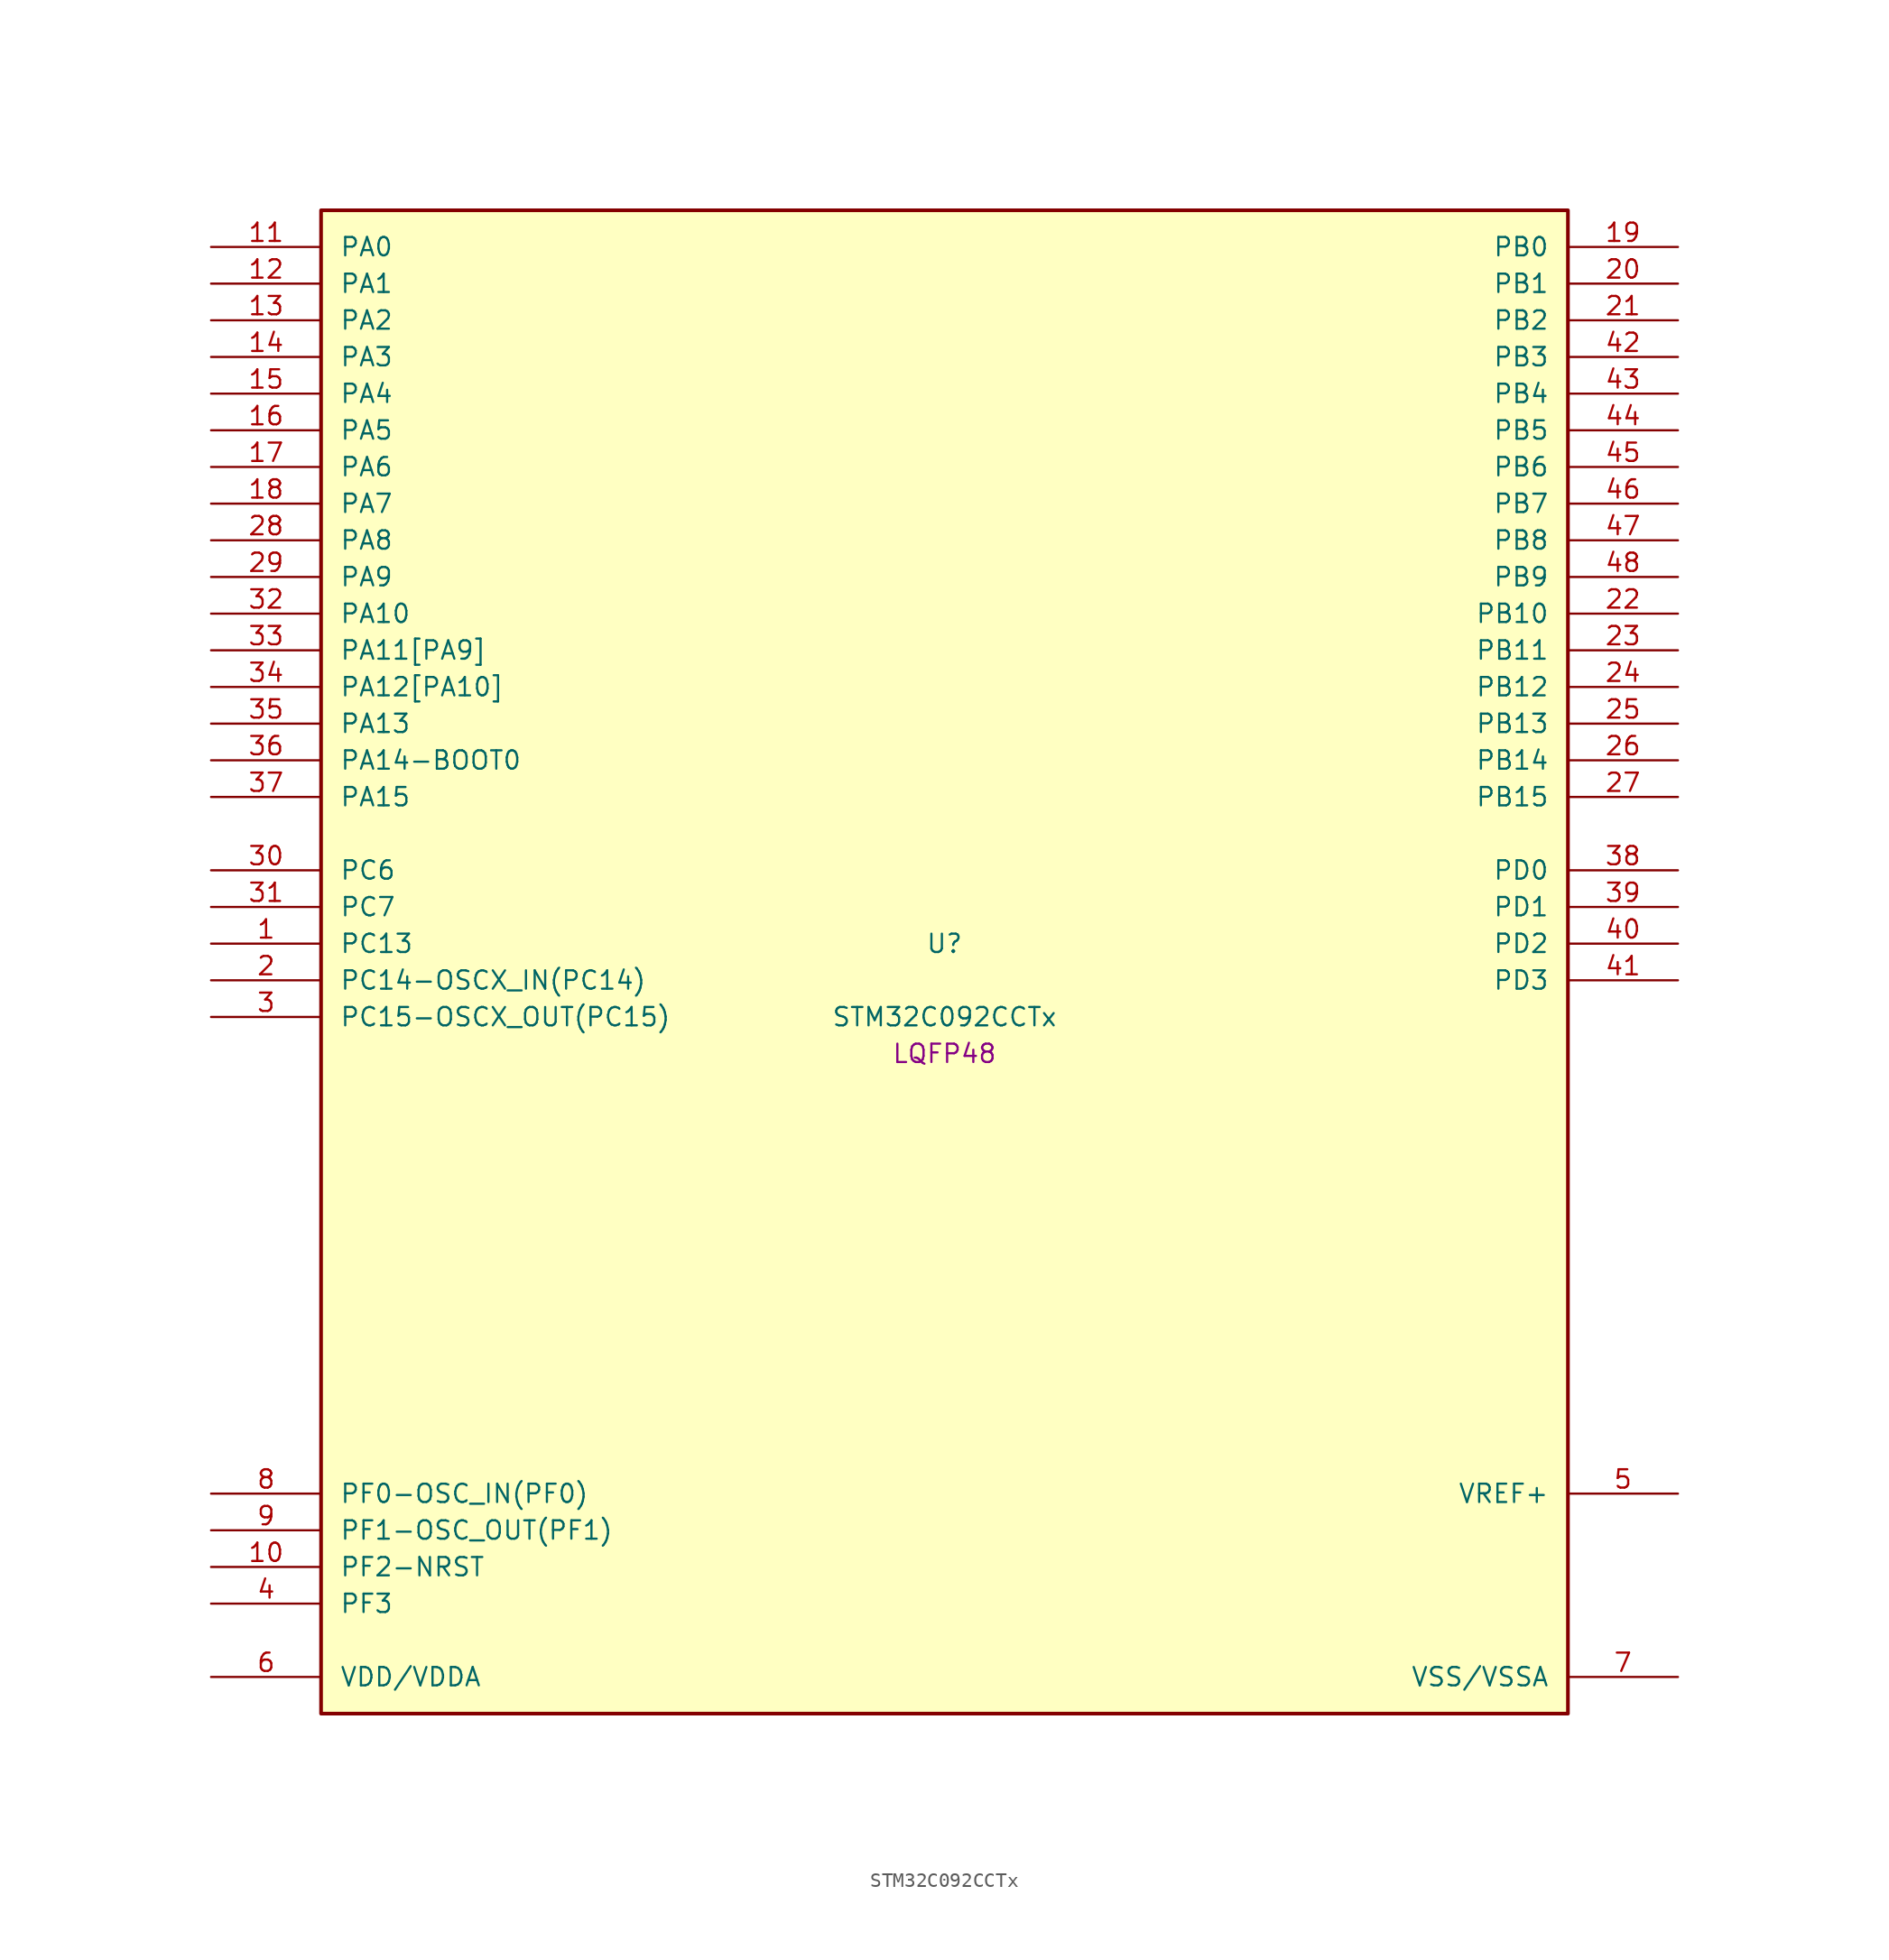
<source format=kicad_sym>
(kicad_symbol_lib
  (version 20241209)
  (generator "stm32_pkl_generator")
  (generator_version "1.0")
  (symbol "STM32C092CCTx"
    (pin_names
      (offset 1.27))
    (property "Reference" "U"
      (at 0 2.54 0))
    (property "Value" "STM32C092CCTx"
      (at 0 -2.54 0))
    (property "Footprint" "LQFP48"
      (at 0 -5.08 0))
    (symbol "STM32C092CCTx_1_1"
      (rectangle (start -43.18 53.34) (end 43.18 -50.8) (stroke (width 0.254) (type solid)) (fill (type background)))
      (pin bidirectional line (at -50.8 50.8 0) (length 7.62) (name "PA0") (number "11") (alternate "PA0/ADC1_IN0" bidirectional line) (alternate "PA0/PWR_WKUP1" bidirectional line) (alternate "PA0/SPI2_SCK" bidirectional line) (alternate "PA0/TIM16_CH1" bidirectional line) (alternate "PA0/TIM1_CH1" bidirectional line) (alternate "PA0/TIM2_CH1" bidirectional line) (alternate "PA0/TIM2_ETR" bidirectional line) (alternate "PA0/USART1_TX" bidirectional line) (alternate "PA0/USART2_CTS" bidirectional line) (alternate "PA0/USART2_NSS" bidirectional line) (alternate "PA0/USART4_TX" bidirectional line))
      (pin bidirectional line (at -50.8 48.26 0) (length 7.62) (name "PA1") (number "12") (alternate "PA1/ADC1_IN1" bidirectional line) (alternate "PA1/I2C1_SMBA" bidirectional line) (alternate "PA1/I2S1_CK" bidirectional line) (alternate "PA1/SPI1_SCK" bidirectional line) (alternate "PA1/TIM15_CH1N" bidirectional line) (alternate "PA1/TIM17_CH1" bidirectional line) (alternate "PA1/TIM1_CH2" bidirectional line) (alternate "PA1/TIM2_CH2" bidirectional line) (alternate "PA1/USART1_RX" bidirectional line) (alternate "PA1/USART2_CK" bidirectional line) (alternate "PA1/USART2_DE" bidirectional line) (alternate "PA1/USART2_RTS" bidirectional line) (alternate "PA1/USART4_RX" bidirectional line))
      (pin bidirectional line (at -50.8 45.72 0) (length 7.62) (name "PA2") (number "13") (alternate "PA2/ADC1_IN2" bidirectional line) (alternate "PA2/I2S1_SD" bidirectional line) (alternate "PA2/PWR_WKUP4" bidirectional line) (alternate "PA2/RCC_LSCO" bidirectional line) (alternate "PA2/SPI1_MOSI" bidirectional line) (alternate "PA2/TIM15_CH1" bidirectional line) (alternate "PA2/TIM16_CH1N" bidirectional line) (alternate "PA2/TIM1_CH3" bidirectional line) (alternate "PA2/TIM2_CH3" bidirectional line) (alternate "PA2/TIM3_ETR" bidirectional line) (alternate "PA2/USART2_TX" bidirectional line))
      (pin bidirectional line (at -50.8 43.18 0) (length 7.62) (name "PA3") (number "14") (alternate "PA3/ADC1_IN3" bidirectional line) (alternate "PA3/SPI2_MISO" bidirectional line) (alternate "PA3/TIM15_CH2" bidirectional line) (alternate "PA3/TIM1_CH1N" bidirectional line) (alternate "PA3/TIM1_CH4" bidirectional line) (alternate "PA3/TIM2_CH4" bidirectional line) (alternate "PA3/USART2_RX" bidirectional line))
      (pin bidirectional line (at -50.8 40.64 0) (length 7.62) (name "PA4") (number "15") (alternate "PA4/ADC1_IN4" bidirectional line) (alternate "PA4/I2S1_WS" bidirectional line) (alternate "PA4/RTC_OUT2" bidirectional line) (alternate "PA4/SPI1_NSS" bidirectional line) (alternate "PA4/SPI2_MOSI" bidirectional line) (alternate "PA4/TIM14_CH1" bidirectional line) (alternate "PA4/TIM17_CH1N" bidirectional line) (alternate "PA4/TIM1_CH2N" bidirectional line) (alternate "PA4/USART2_TX" bidirectional line))
      (pin bidirectional line (at -50.8 38.1 0) (length 7.62) (name "PA5") (number "16") (alternate "PA5/ADC1_IN5" bidirectional line) (alternate "PA5/I2S1_CK" bidirectional line) (alternate "PA5/SPI1_SCK" bidirectional line) (alternate "PA5/TIM1_CH1" bidirectional line) (alternate "PA5/TIM1_CH3N" bidirectional line) (alternate "PA5/TIM2_CH1" bidirectional line) (alternate "PA5/TIM2_ETR" bidirectional line) (alternate "PA5/USART2_RX" bidirectional line) (alternate "PA5/USART3_TX" bidirectional line))
      (pin bidirectional line (at -50.8 35.56 0) (length 7.62) (name "PA6") (number "17") (alternate "PA6/ADC1_IN6" bidirectional line) (alternate "PA6/I2C2_SDA" bidirectional line) (alternate "PA6/I2S1_MCK" bidirectional line) (alternate "PA6/SPI1_MISO" bidirectional line) (alternate "PA6/TIM16_CH1" bidirectional line) (alternate "PA6/TIM1_BKIN" bidirectional line) (alternate "PA6/TIM3_CH1" bidirectional line) (alternate "PA6/USART3_CTS" bidirectional line) (alternate "PA6/USART3_NSS" bidirectional line))
      (pin bidirectional line (at -50.8 33.02 0) (length 7.62) (name "PA7") (number "18") (alternate "PA7/ADC1_IN7" bidirectional line) (alternate "PA7/I2C2_SCL" bidirectional line) (alternate "PA7/I2S1_SD" bidirectional line) (alternate "PA7/SPI1_MOSI" bidirectional line) (alternate "PA7/TIM14_CH1" bidirectional line) (alternate "PA7/TIM17_CH1" bidirectional line) (alternate "PA7/TIM1_CH1N" bidirectional line) (alternate "PA7/TIM3_CH2" bidirectional line))
      (pin bidirectional line (at -50.8 30.48 0) (length 7.62) (name "PA8") (number "28") (alternate "PA8/ADC1_IN8" bidirectional line) (alternate "PA8/I2S1_WS" bidirectional line) (alternate "PA8/RCC_MCO" bidirectional line) (alternate "PA8/RCC_MCO_2" bidirectional line) (alternate "PA8/SPI1_NSS" bidirectional line) (alternate "PA8/SPI2_MISO" bidirectional line) (alternate "PA8/SPI2_NSS" bidirectional line) (alternate "PA8/TIM14_CH1" bidirectional line) (alternate "PA8/TIM1_CH1" bidirectional line) (alternate "PA8/TIM1_CH2N" bidirectional line) (alternate "PA8/TIM1_CH3N" bidirectional line) (alternate "PA8/TIM3_CH3" bidirectional line) (alternate "PA8/TIM3_CH4" bidirectional line) (alternate "PA8/USART1_RX" bidirectional line) (alternate "PA8/USART2_TX" bidirectional line))
      (pin bidirectional line (at -50.8 27.94 0) (length 7.62) (name "PA9") (number "29") (alternate "PA9/I2C1_SCL" bidirectional line) (alternate "PA9/I2C2_SCL" bidirectional line) (alternate "PA9/RCC_MCO" bidirectional line) (alternate "PA9/SPI2_MISO" bidirectional line) (alternate "PA9/TIM15_BKIN" bidirectional line) (alternate "PA9/TIM1_CH2" bidirectional line) (alternate "PA9/TIM3_ETR" bidirectional line) (alternate "PA9/USART1_TX" bidirectional line) (alternate "PA9/NC" bidirectional line))
      (pin bidirectional line (at -50.8 25.4 0) (length 7.62) (name "PA10") (number "32") (alternate "PA10/I2C1_SDA" bidirectional line) (alternate "PA10/I2C2_SDA" bidirectional line) (alternate "PA10/RCC_MCO_2" bidirectional line) (alternate "PA10/SPI2_MOSI" bidirectional line) (alternate "PA10/TIM17_BKIN" bidirectional line) (alternate "PA10/TIM1_CH3" bidirectional line) (alternate "PA10/USART1_RX" bidirectional line) (alternate "PA10/NC" bidirectional line))
      (pin bidirectional line (at -50.8 22.86 0) (length 7.62) (name "PA11[PA9]") (number "33") (alternate "PA11[PA9]/ADC1_EXTI11" bidirectional line) (alternate "PA11[PA9]/FDCAN1_RX" bidirectional line) (alternate "PA11[PA9]/I2C2_SCL" bidirectional line) (alternate "PA11[PA9]/I2S1_MCK" bidirectional line) (alternate "PA11[PA9]/SPI1_MISO" bidirectional line) (alternate "PA11[PA9]/TIM1_BKIN2" bidirectional line) (alternate "PA11[PA9]/TIM1_CH4" bidirectional line) (alternate "PA11[PA9]/USART1_CTS" bidirectional line) (alternate "PA11[PA9]/USART1_NSS" bidirectional line) (alternate "PA11[PA9]/PA9[PA11]" bidirectional line) (alternate "PA11[PA9]/I2C1_SCL" bidirectional line) (alternate "PA11[PA9]/RCC_MCO" bidirectional line) (alternate "PA11[PA9]/SPI2_MISO" bidirectional line) (alternate "PA11[PA9]/TIM15_BKIN" bidirectional line) (alternate "PA11[PA9]/TIM1_CH2" bidirectional line) (alternate "PA11[PA9]/TIM3_ETR" bidirectional line) (alternate "PA11[PA9]/USART1_TX" bidirectional line))
      (pin bidirectional line (at -50.8 20.32 0) (length 7.62) (name "PA12[PA10]") (number "34") (alternate "PA12[PA10]/FDCAN1_TX" bidirectional line) (alternate "PA12[PA10]/I2C2_SDA" bidirectional line) (alternate "PA12[PA10]/I2S1_SD" bidirectional line) (alternate "PA12[PA10]/I2S_CKIN" bidirectional line) (alternate "PA12[PA10]/SPI1_MOSI" bidirectional line) (alternate "PA12[PA10]/TIM1_ETR" bidirectional line) (alternate "PA12[PA10]/USART1_CK" bidirectional line) (alternate "PA12[PA10]/USART1_DE" bidirectional line) (alternate "PA12[PA10]/USART1_RTS" bidirectional line) (alternate "PA12[PA10]/PA10[PA12]" bidirectional line) (alternate "PA12[PA10]/I2C1_SDA" bidirectional line) (alternate "PA12[PA10]/RCC_MCO_2" bidirectional line) (alternate "PA12[PA10]/SPI2_MOSI" bidirectional line) (alternate "PA12[PA10]/TIM17_BKIN" bidirectional line) (alternate "PA12[PA10]/TIM1_CH3" bidirectional line) (alternate "PA12[PA10]/USART1_RX" bidirectional line))
      (pin bidirectional line (at -50.8 17.78 0) (length 7.62) (name "PA13") (number "35") (alternate "PA13/ADC1_IN13" bidirectional line) (alternate "PA13/DEBUG_SWDIO" bidirectional line) (alternate "PA13/IR_OUT" bidirectional line) (alternate "PA13/TIM3_ETR" bidirectional line) (alternate "PA13/USART2_RX" bidirectional line))
      (pin bidirectional line (at -50.8 15.24 0) (length 7.62) (name "PA14-BOOT0") (number "36") (alternate "PA14-BOOT0/ADC1_IN14" bidirectional line) (alternate "PA14-BOOT0/BOOT0" bidirectional line) (alternate "PA14-BOOT0/DEBUG_SWCLK" bidirectional line) (alternate "PA14-BOOT0/I2S1_WS" bidirectional line) (alternate "PA14-BOOT0/RCC_MCO_2" bidirectional line) (alternate "PA14-BOOT0/SPI1_NSS" bidirectional line) (alternate "PA14-BOOT0/TIM1_CH1" bidirectional line) (alternate "PA14-BOOT0/USART1_CK" bidirectional line) (alternate "PA14-BOOT0/USART1_DE" bidirectional line) (alternate "PA14-BOOT0/USART1_RTS" bidirectional line) (alternate "PA14-BOOT0/USART2_RX" bidirectional line) (alternate "PA14-BOOT0/USART2_TX" bidirectional line))
      (pin bidirectional line (at -50.8 12.7 0) (length 7.62) (name "PA15") (number "37") (alternate "PA15/I2S1_WS" bidirectional line) (alternate "PA15/RCC_MCO_2" bidirectional line) (alternate "PA15/SPI1_NSS" bidirectional line) (alternate "PA15/TIM1_CH1" bidirectional line) (alternate "PA15/TIM2_CH1" bidirectional line) (alternate "PA15/TIM2_ETR" bidirectional line) (alternate "PA15/USART1_CK" bidirectional line) (alternate "PA15/USART1_DE" bidirectional line) (alternate "PA15/USART1_RTS" bidirectional line) (alternate "PA15/USART2_RX" bidirectional line) (alternate "PA15/USART3_CK" bidirectional line) (alternate "PA15/USART3_DE" bidirectional line) (alternate "PA15/USART3_RTS" bidirectional line) (alternate "PA15/USART4_CK" bidirectional line) (alternate "PA15/USART4_DE" bidirectional line) (alternate "PA15/USART4_RTS" bidirectional line))
      (pin bidirectional line (at 50.8 50.8 180) (length 7.62) (name "PB0") (number "19") (alternate "PB0/ADC1_IN17" bidirectional line) (alternate "PB0/FDCAN1_RX" bidirectional line) (alternate "PB0/I2S1_WS" bidirectional line) (alternate "PB0/SPI1_NSS" bidirectional line) (alternate "PB0/TIM1_CH2N" bidirectional line) (alternate "PB0/TIM3_CH3" bidirectional line) (alternate "PB0/USART3_RX" bidirectional line))
      (pin bidirectional line (at 50.8 48.26 180) (length 7.62) (name "PB1") (number "20") (alternate "PB1/ADC1_IN18" bidirectional line) (alternate "PB1/FDCAN1_TX" bidirectional line) (alternate "PB1/TIM14_CH1" bidirectional line) (alternate "PB1/TIM1_CH2N" bidirectional line) (alternate "PB1/TIM1_CH3N" bidirectional line) (alternate "PB1/TIM3_CH4" bidirectional line) (alternate "PB1/USART3_CK" bidirectional line) (alternate "PB1/USART3_DE" bidirectional line) (alternate "PB1/USART3_RTS" bidirectional line))
      (pin bidirectional line (at 50.8 45.72 180) (length 7.62) (name "PB2") (number "21") (alternate "PB2/ADC1_IN19" bidirectional line) (alternate "PB2/RCC_MCO_2" bidirectional line) (alternate "PB2/SPI2_MISO" bidirectional line) (alternate "PB2/USART1_RX" bidirectional line) (alternate "PB2/USART3_TX" bidirectional line))
      (pin bidirectional line (at 50.8 43.18 180) (length 7.62) (name "PB3") (number "42") (alternate "PB3/I2C2_SCL" bidirectional line) (alternate "PB3/I2S1_CK" bidirectional line) (alternate "PB3/SPI1_SCK" bidirectional line) (alternate "PB3/TIM1_CH2" bidirectional line) (alternate "PB3/TIM2_CH2" bidirectional line) (alternate "PB3/TIM3_CH2" bidirectional line) (alternate "PB3/USART1_CK" bidirectional line) (alternate "PB3/USART1_DE" bidirectional line) (alternate "PB3/USART1_RTS" bidirectional line))
      (pin bidirectional line (at 50.8 40.64 180) (length 7.62) (name "PB4") (number "43") (alternate "PB4/I2C2_SDA" bidirectional line) (alternate "PB4/I2S1_MCK" bidirectional line) (alternate "PB4/SPI1_MISO" bidirectional line) (alternate "PB4/TIM17_BKIN" bidirectional line) (alternate "PB4/TIM3_CH1" bidirectional line) (alternate "PB4/USART1_CTS" bidirectional line) (alternate "PB4/USART1_NSS" bidirectional line))
      (pin bidirectional line (at 50.8 38.1 180) (length 7.62) (name "PB5") (number "44") (alternate "PB5/FDCAN1_RX" bidirectional line) (alternate "PB5/I2C1_SMBA" bidirectional line) (alternate "PB5/I2S1_SD" bidirectional line) (alternate "PB5/PWR_WKUP6" bidirectional line) (alternate "PB5/SPI1_MOSI" bidirectional line) (alternate "PB5/TIM16_BKIN" bidirectional line) (alternate "PB5/TIM3_CH2" bidirectional line) (alternate "PB5/TIM3_CH3" bidirectional line))
      (pin bidirectional line (at 50.8 35.56 180) (length 7.62) (name "PB6") (number "45") (alternate "PB6/FDCAN1_TX" bidirectional line) (alternate "PB6/I2C1_SCL" bidirectional line) (alternate "PB6/I2C1_SMBA" bidirectional line) (alternate "PB6/I2S1_CK" bidirectional line) (alternate "PB6/I2S1_MCK" bidirectional line) (alternate "PB6/I2S1_SD" bidirectional line) (alternate "PB6/PWR_WKUP3" bidirectional line) (alternate "PB6/SPI1_MISO" bidirectional line) (alternate "PB6/SPI1_MOSI" bidirectional line) (alternate "PB6/SPI1_SCK" bidirectional line) (alternate "PB6/SPI2_MISO" bidirectional line) (alternate "PB6/TIM16_BKIN" bidirectional line) (alternate "PB6/TIM16_CH1N" bidirectional line) (alternate "PB6/TIM1_CH2" bidirectional line) (alternate "PB6/TIM1_CH3" bidirectional line) (alternate "PB6/TIM3_CH1" bidirectional line) (alternate "PB6/TIM3_CH2" bidirectional line) (alternate "PB6/TIM3_CH3" bidirectional line) (alternate "PB6/USART1_CTS" bidirectional line) (alternate "PB6/USART1_NSS" bidirectional line) (alternate "PB6/USART1_TX" bidirectional line))
      (pin bidirectional line (at 50.8 33.02 180) (length 7.62) (name "PB7") (number "46") (alternate "PB7/I2C1_SCL" bidirectional line) (alternate "PB7/I2C1_SDA" bidirectional line) (alternate "PB7/SPI2_MOSI" bidirectional line) (alternate "PB7/TIM16_CH1" bidirectional line) (alternate "PB7/TIM17_CH1N" bidirectional line) (alternate "PB7/TIM1_CH4" bidirectional line) (alternate "PB7/TIM3_CH1" bidirectional line) (alternate "PB7/TIM3_CH4" bidirectional line) (alternate "PB7/USART1_RX" bidirectional line) (alternate "PB7/USART2_CTS" bidirectional line) (alternate "PB7/USART2_NSS" bidirectional line) (alternate "PB7/USART4_CTS" bidirectional line) (alternate "PB7/USART4_NSS" bidirectional line))
      (pin bidirectional line (at 50.8 30.48 180) (length 7.62) (name "PB8") (number "47") (alternate "PB8/FDCAN1_RX" bidirectional line) (alternate "PB8/I2C1_SCL" bidirectional line) (alternate "PB8/SPI2_SCK" bidirectional line) (alternate "PB8/TIM15_BKIN" bidirectional line) (alternate "PB8/TIM16_CH1" bidirectional line) (alternate "PB8/TIM3_CH1" bidirectional line) (alternate "PB8/USART2_CTS" bidirectional line) (alternate "PB8/USART2_NSS" bidirectional line) (alternate "PB8/USART3_TX" bidirectional line))
      (pin bidirectional line (at 50.8 27.94 180) (length 7.62) (name "PB9") (number "48") (alternate "PB9/FDCAN1_TX" bidirectional line) (alternate "PB9/I2C1_SDA" bidirectional line) (alternate "PB9/IR_OUT" bidirectional line) (alternate "PB9/SPI2_NSS" bidirectional line) (alternate "PB9/TIM17_CH1" bidirectional line) (alternate "PB9/TIM3_CH2" bidirectional line) (alternate "PB9/USART2_CK" bidirectional line) (alternate "PB9/USART2_DE" bidirectional line) (alternate "PB9/USART2_RTS" bidirectional line) (alternate "PB9/USART3_RX" bidirectional line))
      (pin bidirectional line (at 50.8 25.4 180) (length 7.62) (name "PB10") (number "22") (alternate "PB10/ADC1_IN20" bidirectional line) (alternate "PB10/I2C2_SCL" bidirectional line) (alternate "PB10/SPI2_SCK" bidirectional line) (alternate "PB10/TIM2_CH3" bidirectional line) (alternate "PB10/USART3_TX" bidirectional line))
      (pin bidirectional line (at 50.8 22.86 180) (length 7.62) (name "PB11") (number "23") (alternate "PB11/ADC1_EXTI11" bidirectional line) (alternate "PB11/ADC1_IN21" bidirectional line) (alternate "PB11/I2C2_SDA" bidirectional line) (alternate "PB11/SPI2_MOSI" bidirectional line) (alternate "PB11/TIM2_CH4" bidirectional line) (alternate "PB11/USART3_RX" bidirectional line))
      (pin bidirectional line (at 50.8 20.32 180) (length 7.62) (name "PB12") (number "24") (alternate "PB12/ADC1_IN22" bidirectional line) (alternate "PB12/FDCAN1_RX" bidirectional line) (alternate "PB12/SPI2_NSS" bidirectional line) (alternate "PB12/TIM15_BKIN" bidirectional line) (alternate "PB12/TIM1_BKIN" bidirectional line) (alternate "PB12/TIM1_BKIN2" bidirectional line))
      (pin bidirectional line (at 50.8 17.78 180) (length 7.62) (name "PB13") (number "25") (alternate "PB13/FDCAN1_TX" bidirectional line) (alternate "PB13/I2C2_SCL" bidirectional line) (alternate "PB13/SPI2_SCK" bidirectional line) (alternate "PB13/TIM15_CH1N" bidirectional line) (alternate "PB13/TIM1_CH1N" bidirectional line) (alternate "PB13/USART3_CTS" bidirectional line) (alternate "PB13/USART3_NSS" bidirectional line))
      (pin bidirectional line (at 50.8 15.24 180) (length 7.62) (name "PB14") (number "26") (alternate "PB14/I2C2_SDA" bidirectional line) (alternate "PB14/SPI2_MISO" bidirectional line) (alternate "PB14/TIM15_CH1" bidirectional line) (alternate "PB14/TIM1_CH2N" bidirectional line) (alternate "PB14/USART3_CK" bidirectional line) (alternate "PB14/USART3_DE" bidirectional line) (alternate "PB14/USART3_RTS" bidirectional line))
      (pin bidirectional line (at 50.8 12.7 180) (length 7.62) (name "PB15") (number "27") (alternate "PB15/RTC_REFIN" bidirectional line) (alternate "PB15/SPI2_MOSI" bidirectional line) (alternate "PB15/TIM15_CH1N" bidirectional line) (alternate "PB15/TIM15_CH2" bidirectional line) (alternate "PB15/TIM1_CH3N" bidirectional line))
      (pin bidirectional line (at -50.8 7.62 0) (length 7.62) (name "PC6") (number "30") (alternate "PC6/TIM2_CH3" bidirectional line) (alternate "PC6/TIM3_CH1" bidirectional line))
      (pin bidirectional line (at -50.8 5.08 0) (length 7.62) (name "PC7") (number "31") (alternate "PC7/TIM2_CH4" bidirectional line) (alternate "PC7/TIM3_CH2" bidirectional line))
      (pin bidirectional line (at -50.8 2.54 0) (length 7.62) (name "PC13") (number "1") (alternate "PC13/PWR_WKUP2" bidirectional line) (alternate "PC13/RTC_OUT1" bidirectional line) (alternate "PC13/RTC_TS" bidirectional line) (alternate "PC13/TIM1_BKIN" bidirectional line) (alternate "PC13/TIM1_ETR" bidirectional line))
      (pin bidirectional line (at -50.8 0 0) (length 7.62) (name "PC14-OSCX_IN(PC14)") (number "2") (alternate "PC14-OSCX_IN(PC14)/FDCAN1_TX" bidirectional line) (alternate "PC14-OSCX_IN(PC14)/I2C1_SDA" bidirectional line) (alternate "PC14-OSCX_IN(PC14)/IR_OUT" bidirectional line) (alternate "PC14-OSCX_IN(PC14)/RCC_OSCX_IN" bidirectional line) (alternate "PC14-OSCX_IN(PC14)/SPI2_NSS" bidirectional line) (alternate "PC14-OSCX_IN(PC14)/TIM17_CH1" bidirectional line) (alternate "PC14-OSCX_IN(PC14)/TIM1_BKIN2" bidirectional line) (alternate "PC14-OSCX_IN(PC14)/TIM1_ETR" bidirectional line) (alternate "PC14-OSCX_IN(PC14)/TIM3_CH2" bidirectional line) (alternate "PC14-OSCX_IN(PC14)/USART1_TX" bidirectional line) (alternate "PC14-OSCX_IN(PC14)/USART2_CK" bidirectional line) (alternate "PC14-OSCX_IN(PC14)/USART2_DE" bidirectional line) (alternate "PC14-OSCX_IN(PC14)/USART2_RTS" bidirectional line) (alternate "PC14-OSCX_IN(PC14)/USART3_TX" bidirectional line))
      (pin bidirectional line (at -50.8 -2.54 0) (length 7.62) (name "PC15-OSCX_OUT(PC15)") (number "3") (alternate "PC15-OSCX_OUT(PC15)/RCC_OSC32_EN" bidirectional line) (alternate "PC15-OSCX_OUT(PC15)/RCC_OSCX_OUT" bidirectional line) (alternate "PC15-OSCX_OUT(PC15)/RCC_OSC_EN" bidirectional line) (alternate "PC15-OSCX_OUT(PC15)/TIM15_BKIN" bidirectional line) (alternate "PC15-OSCX_OUT(PC15)/TIM1_ETR" bidirectional line) (alternate "PC15-OSCX_OUT(PC15)/TIM3_CH3" bidirectional line))
      (pin bidirectional line (at 50.8 7.62 180) (length 7.62) (name "PD0") (number "38") (alternate "PD0/FDCAN1_RX" bidirectional line) (alternate "PD0/SPI2_NSS" bidirectional line) (alternate "PD0/TIM16_CH1" bidirectional line))
      (pin bidirectional line (at 50.8 5.08 180) (length 7.62) (name "PD1") (number "39") (alternate "PD1/FDCAN1_TX" bidirectional line) (alternate "PD1/SPI2_SCK" bidirectional line) (alternate "PD1/TIM17_CH1" bidirectional line))
      (pin bidirectional line (at 50.8 2.54 180) (length 7.62) (name "PD2") (number "40") (alternate "PD2/TIM1_CH1N" bidirectional line) (alternate "PD2/TIM3_ETR" bidirectional line) (alternate "PD2/USART3_CK" bidirectional line) (alternate "PD2/USART3_DE" bidirectional line) (alternate "PD2/USART3_RTS" bidirectional line))
      (pin bidirectional line (at 50.8 0 180) (length 7.62) (name "PD3") (number "41") (alternate "PD3/SPI2_MISO" bidirectional line) (alternate "PD3/TIM1_CH2N" bidirectional line) (alternate "PD3/USART2_CTS" bidirectional line) (alternate "PD3/USART2_NSS" bidirectional line))
      (pin bidirectional line (at -50.8 -35.56 0) (length 7.62) (name "PF0-OSC_IN(PF0)") (number "8") (alternate "PF0-OSC_IN(PF0)/RCC_OSC_IN" bidirectional line) (alternate "PF0-OSC_IN(PF0)/TIM14_CH1" bidirectional line))
      (pin bidirectional line (at -50.8 -38.1 0) (length 7.62) (name "PF1-OSC_OUT(PF1)") (number "9") (alternate "PF1-OSC_OUT(PF1)/RCC_OSC_EN" bidirectional line) (alternate "PF1-OSC_OUT(PF1)/RCC_OSC_OUT" bidirectional line) (alternate "PF1-OSC_OUT(PF1)/TIM15_CH1N" bidirectional line))
      (pin bidirectional line (at -50.8 -40.64 0) (length 7.62) (name "PF2-NRST") (number "10") (alternate "PF2-NRST/RCC_MCO" bidirectional line) (alternate "PF2-NRST/TIM1_CH4" bidirectional line))
      (pin bidirectional line (at -50.8 -43.18 0) (length 7.62) (name "PF3") (number "4"))
      (pin bidirectional line (at 50.8 -35.56 180) (length 7.62) (name "VREF+") (number "5"))
      (pin power_in line (at -50.8 -48.26 0) (length 7.62) (name "VDD/VDDA") (number "6"))
      (pin power_in line (at 50.8 -48.26 180) (length 7.62) (name "VSS/VSSA") (number "7")))))
</source>
